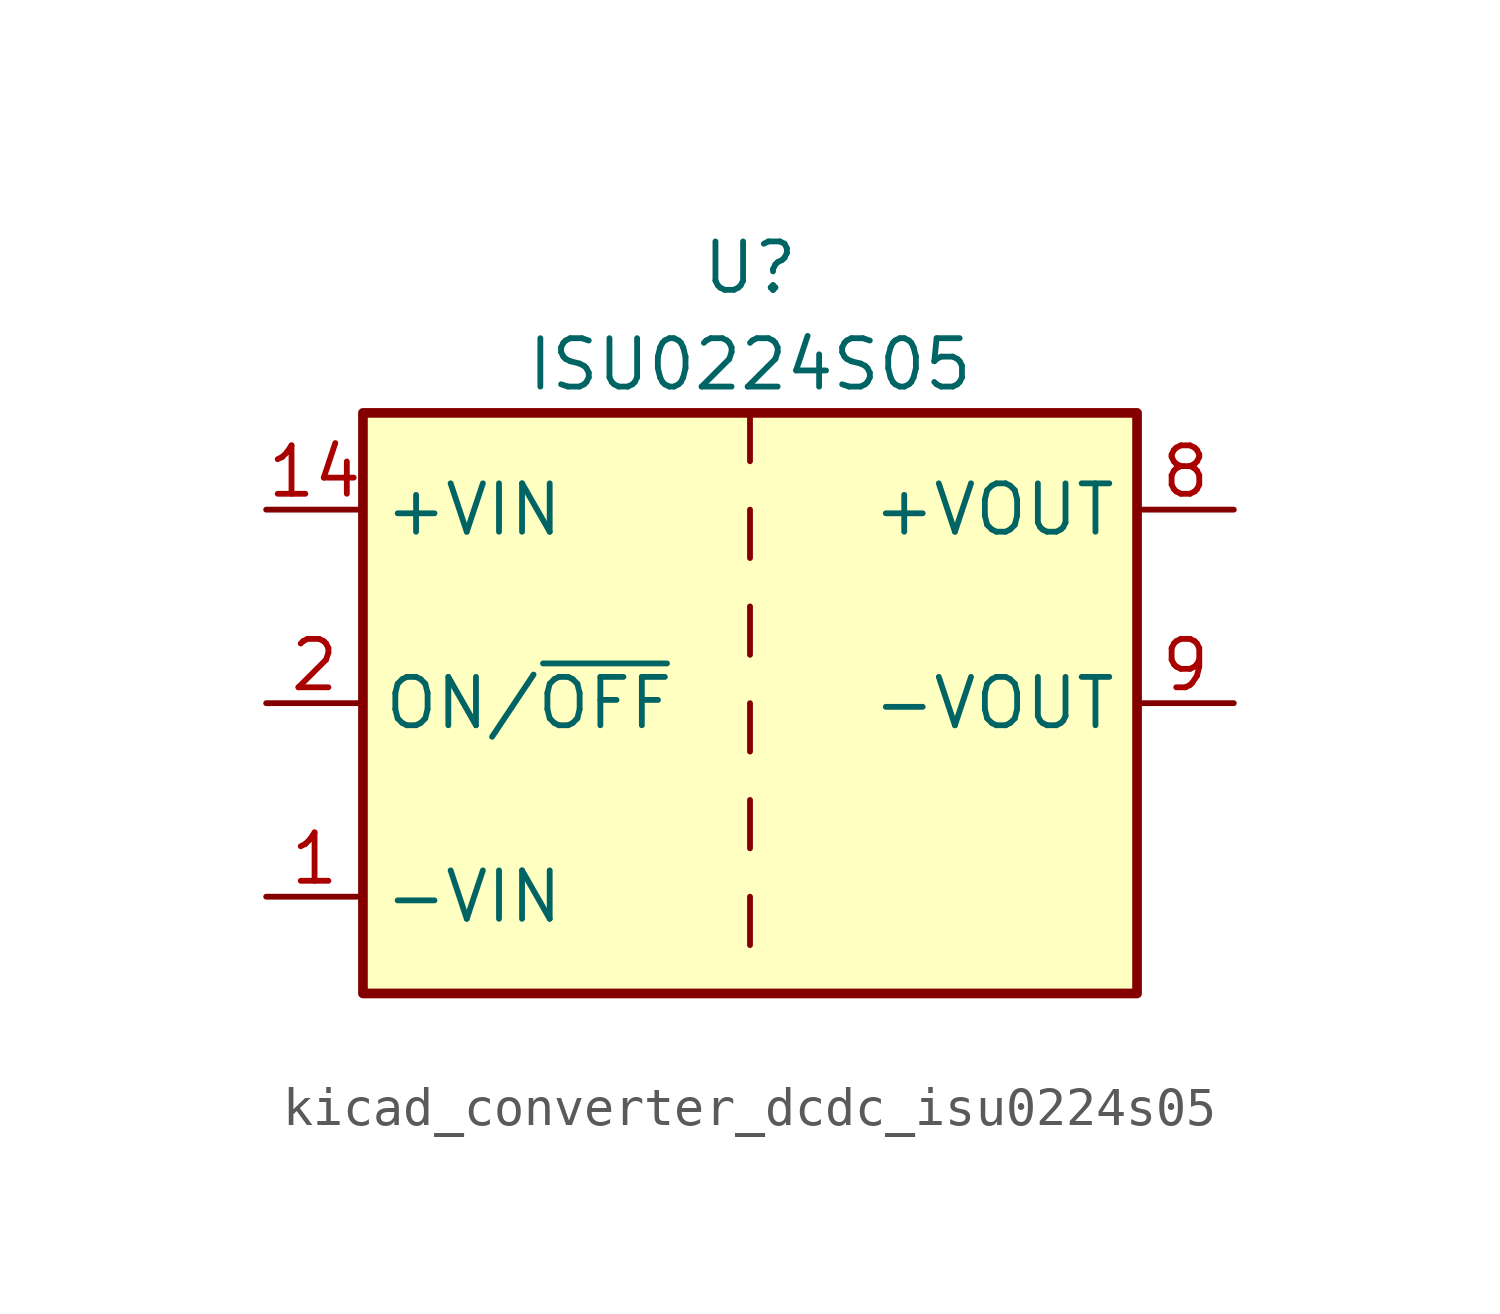
<source format=kicad_sym>
(kicad_symbol_lib
  (version 20220914)
  (generator kicad_symbol_editor)
  (symbol "kicad_converter_dcdc_isu0224s05"
    (property "Reference" "U"
      (at 0 11.43 0)
      (effects (font (size 1.27 1.27))))
    (property "Value" "ISU0224S05"
      (at 0 8.89 0)
      (effects (font (size 1.27 1.27))))
    (symbol "kicad_converter_dcdc_isu0224s05_0_1"
      (rectangle (start -10.16 7.62) (end 10.16 -7.62) (stroke (width 0.254) (type default)) (fill (type background)))
      (polyline (pts (xy 0 -5.08) (xy 0 -6.35)) (stroke (width 0) (type default)) (fill (type none)))
      (polyline (pts (xy 0 -2.54) (xy 0 -3.81)) (stroke (width 0) (type default)) (fill (type none)))
      (polyline (pts (xy 0 0) (xy 0 -1.27)) (stroke (width 0) (type default)) (fill (type none)))
      (polyline (pts (xy 0 2.54) (xy 0 1.27)) (stroke (width 0) (type default)) (fill (type none)))
      (polyline (pts (xy 0 5.08) (xy 0 3.81)) (stroke (width 0) (type default)) (fill (type none)))
      (polyline (pts (xy 0 7.62) (xy 0 6.35)) (stroke (width 0) (type default)) (fill (type none))))
    (symbol "kicad_converter_dcdc_isu0224s05_1_1"
      (pin power_in line (at -12.7 -5.08 0) (length 2.54) (name "-VIN" (effects (font (size 1.27 1.27)))) (number "1" (effects (font (size 1.27 1.27)))))
      (pin power_in line (at -12.7 5.08 0) (length 2.54) (name "+VIN" (effects (font (size 1.27 1.27)))) (number "14" (effects (font (size 1.27 1.27)))))
      (pin input line (at -12.7 0 0) (length 2.54) (name "ON/~{OFF}" (effects (font (size 1.27 1.27)))) (number "2" (effects (font (size 1.27 1.27)))))
      (pin no_connect line (at 10.16 -2.54 180) (length 2.54) hide (name "NC" (effects (font (size 1.27 1.27)))) (number "6" (effects (font (size 1.27 1.27)))))
      (pin no_connect line (at 10.16 -5.08 180) (length 2.54) hide (name "NC" (effects (font (size 1.27 1.27)))) (number "7" (effects (font (size 1.27 1.27)))))
      (pin power_out line (at 12.7 5.08 180) (length 2.54) (name "+VOUT" (effects (font (size 1.27 1.27)))) (number "8" (effects (font (size 1.27 1.27)))))
      (pin power_out line (at 12.7 0 180) (length 2.54) (name "-VOUT" (effects (font (size 1.27 1.27)))) (number "9" (effects (font (size 1.27 1.27))))))))
</source>
